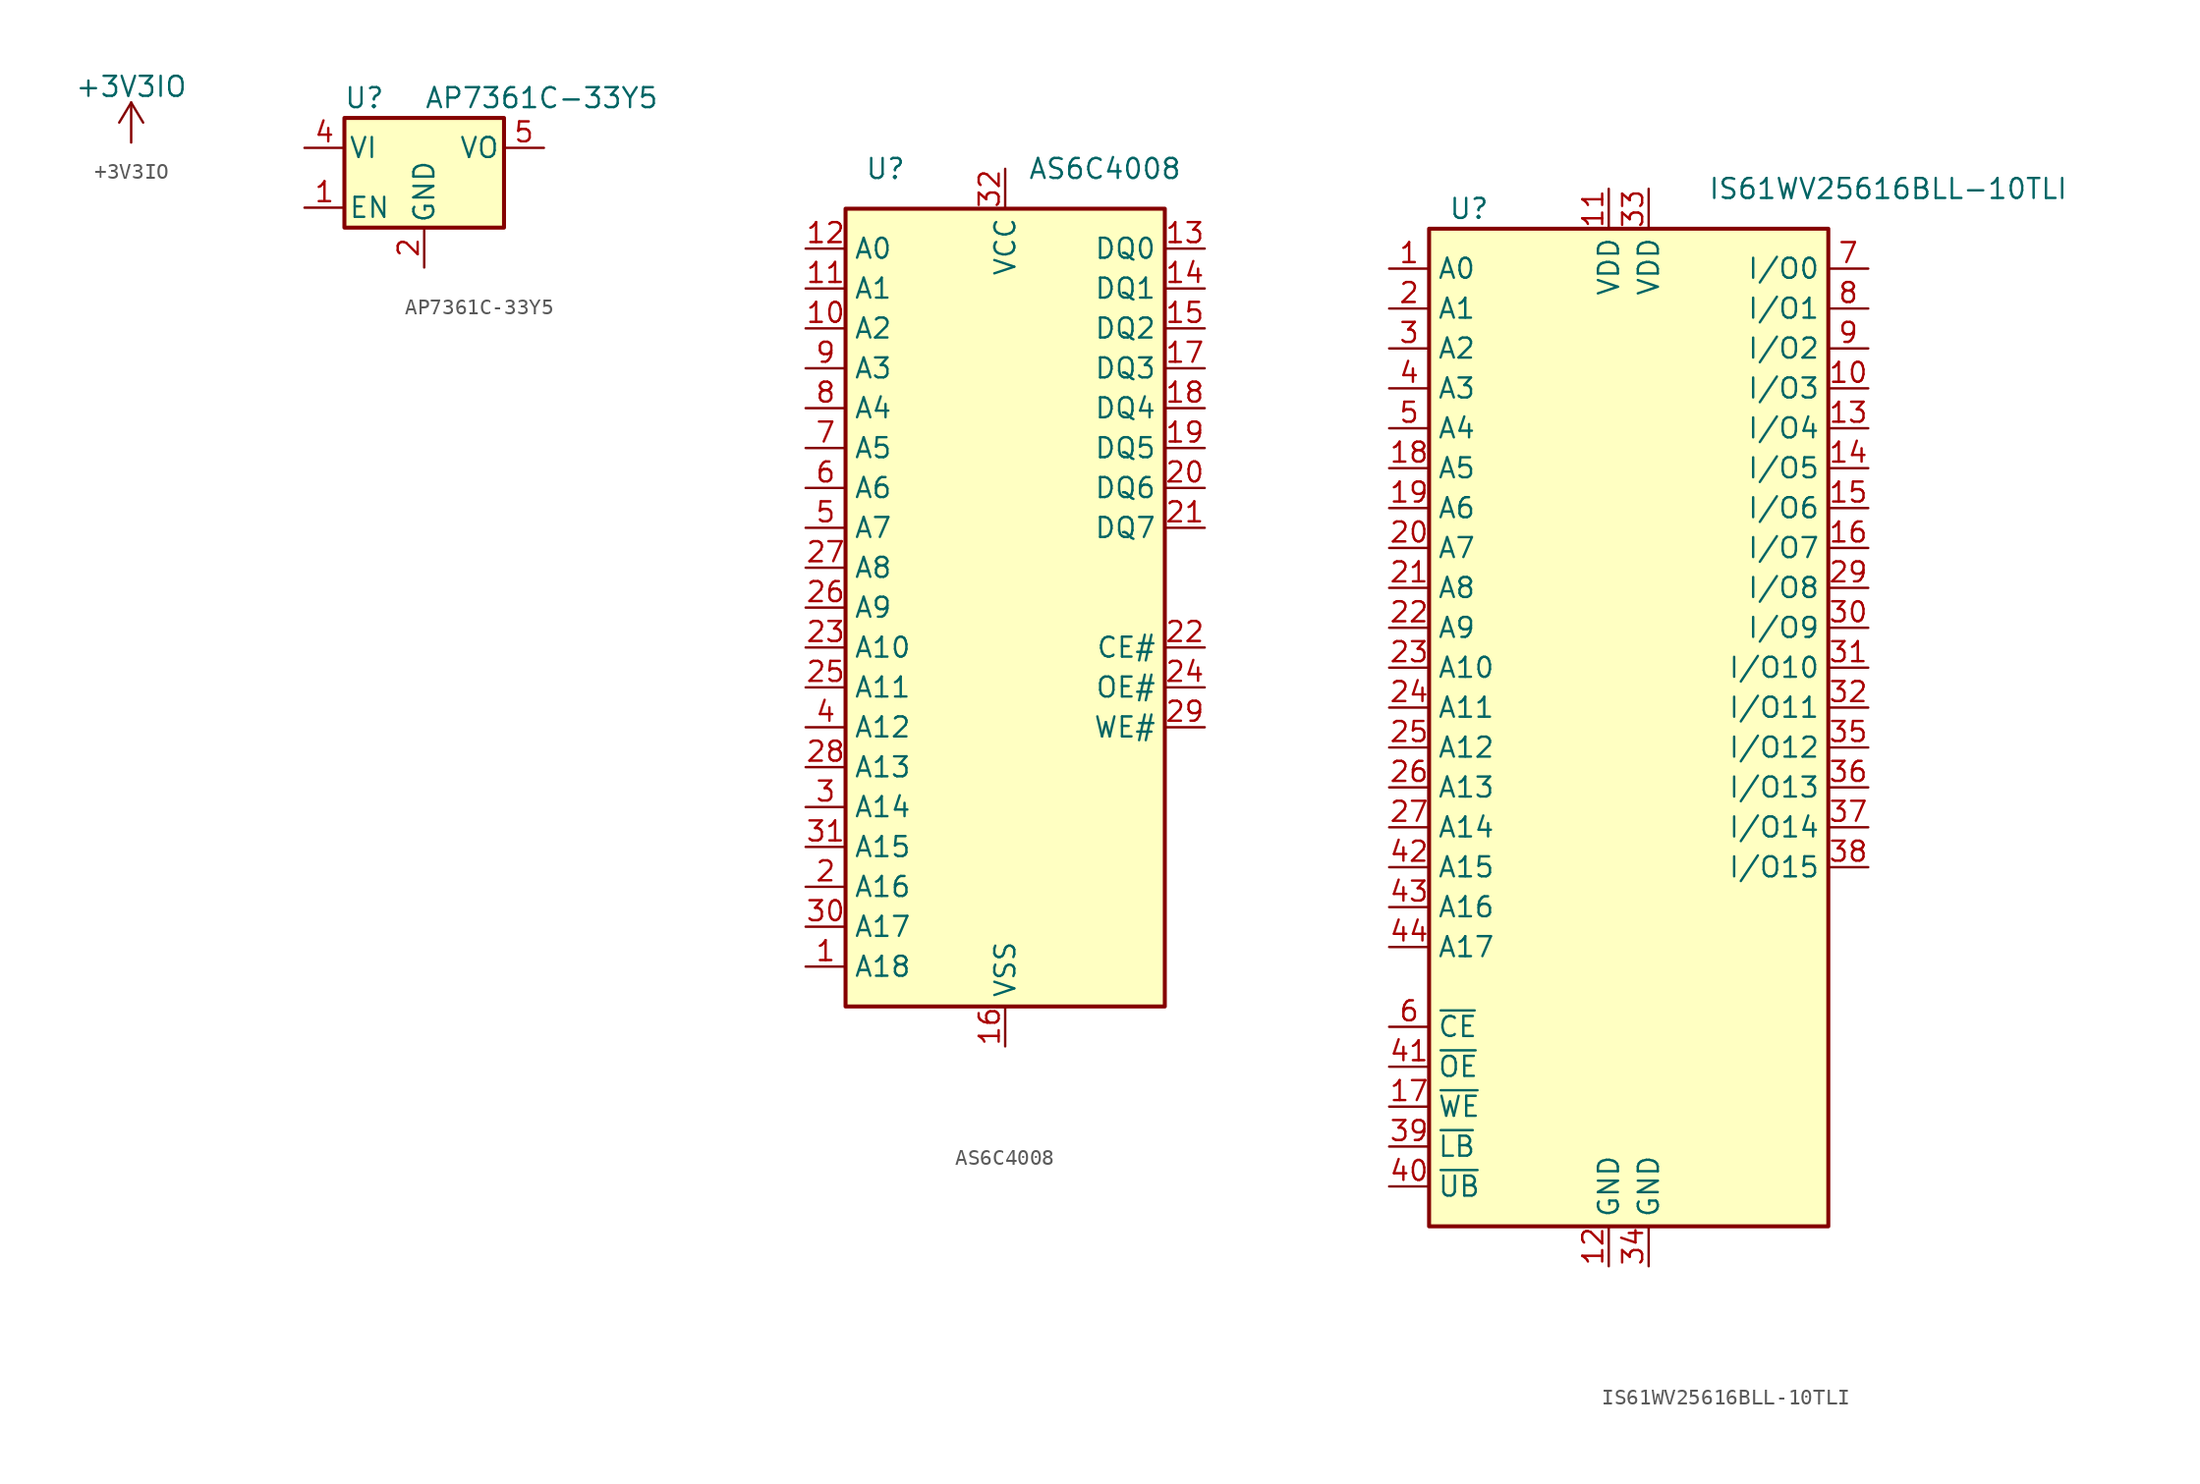
<source format=kicad_sym>
(kicad_symbol_lib
  (version 20220914)
  (generator kicad_symbol_editor)
  (symbol "+3V3IO"
    (power)
    (pin_names
      (offset 0))
    (property "Reference" "#PWR"
      (at 0 -3.81 0)
      (effects (font (size 1.27 1.27)) hide))
    (property "Value" "+3V3IO"
      (at 0 3.556 0)
      (effects (font (size 1.27 1.27))))
    (symbol "+3V3IO_0_1"
      (polyline (pts (xy -0.762 1.27) (xy 0 2.54)) (stroke (width 0) (type default)) (fill (type none)))
      (polyline (pts (xy 0 0) (xy 0 2.54)) (stroke (width 0) (type default)) (fill (type none)))
      (polyline (pts (xy 0 2.54) (xy 0.762 1.27)) (stroke (width 0) (type default)) (fill (type none))))
    (symbol "+3V3IO_1_1"
      (pin power_in line (at 0 0 90) (length 0) hide (name "+3V3IO" (effects (font (size 1.27 1.27)))) (number "1" (effects (font (size 1.27 1.27)))))))
  (symbol "AP7361C-33Y5"
    (pin_names
      (offset 0.254))
    (property "Reference" "U"
      (at -3.81 3.175 0)
      (effects (font (size 1.27 1.27))))
    (property "Value" "AP7361C-33Y5"
      (at 0 3.175 0)
      (effects (font (size 1.27 1.27)) (justify left)))
    (symbol "AP7361C-33Y5_0_1"
      (rectangle (start -5.08 -5.08) (end 5.08 1.905) (stroke (width 0.254) (type default)) (fill (type background))))
    (symbol "AP7361C-33Y5_1_1"
      (pin input line (at -7.62 -3.81 0) (length 2.54) (name "EN" (effects (font (size 1.27 1.27)))) (number "1" (effects (font (size 1.27 1.27)))))
      (pin power_in line (at 0 -7.62 90) (length 2.54) (name "GND" (effects (font (size 1.27 1.27)))) (number "2" (effects (font (size 1.27 1.27)))))
      (pin no_connect line (at 7.62 -3.81 180) (length 2.54) hide (name "NC" (effects (font (size 1.27 1.27)))) (number "3" (effects (font (size 1.27 1.27)))))
      (pin power_in line (at -7.62 0 0) (length 2.54) (name "VI" (effects (font (size 1.27 1.27)))) (number "4" (effects (font (size 1.27 1.27)))))
      (pin power_out line (at 7.62 0 180) (length 2.54) (name "VO" (effects (font (size 1.27 1.27)))) (number "5" (effects (font (size 1.27 1.27)))))))
  (symbol "AS6C4008"
    (property "Reference" "U"
      (at 0 0 0)
      (effects (font (size 1.27 1.27))))
    (property "Value" "AS6C4008"
      (at 13.97 0 0)
      (effects (font (size 1.27 1.27))))
    (symbol "AS6C4008_0_0"
      (pin power_in line (at 7.62 -55.88 90) (length 2.54) (name "VSS" (effects (font (size 1.27 1.27)))) (number "16" (effects (font (size 1.27 1.27)))))
      (pin power_in line (at 7.62 0 270) (length 2.54) (name "VCC" (effects (font (size 1.27 1.27)))) (number "32" (effects (font (size 1.27 1.27))))))
    (symbol "AS6C4008_0_1"
      (rectangle (start -2.54 -2.54) (end 17.78 -53.34) (stroke (width 0.254) (type default)) (fill (type background))))
    (symbol "AS6C4008_1_1"
      (pin input line (at -5.08 -50.8 0) (length 2.54) (name "A18" (effects (font (size 1.27 1.27)))) (number "1" (effects (font (size 1.27 1.27)))))
      (pin input line (at -5.08 -10.16 0) (length 2.54) (name "A2" (effects (font (size 1.27 1.27)))) (number "10" (effects (font (size 1.27 1.27)))))
      (pin input line (at -5.08 -7.62 0) (length 2.54) (name "A1" (effects (font (size 1.27 1.27)))) (number "11" (effects (font (size 1.27 1.27)))))
      (pin input line (at -5.08 -5.08 0) (length 2.54) (name "A0" (effects (font (size 1.27 1.27)))) (number "12" (effects (font (size 1.27 1.27)))))
      (pin tri_state line (at 20.32 -5.08 180) (length 2.54) (name "DQ0" (effects (font (size 1.27 1.27)))) (number "13" (effects (font (size 1.27 1.27)))))
      (pin tri_state line (at 20.32 -7.62 180) (length 2.54) (name "DQ1" (effects (font (size 1.27 1.27)))) (number "14" (effects (font (size 1.27 1.27)))))
      (pin tri_state line (at 20.32 -10.16 180) (length 2.54) (name "DQ2" (effects (font (size 1.27 1.27)))) (number "15" (effects (font (size 1.27 1.27)))))
      (pin tri_state line (at 20.32 -12.7 180) (length 2.54) (name "DQ3" (effects (font (size 1.27 1.27)))) (number "17" (effects (font (size 1.27 1.27)))))
      (pin tri_state line (at 20.32 -15.24 180) (length 2.54) (name "DQ4" (effects (font (size 1.27 1.27)))) (number "18" (effects (font (size 1.27 1.27)))))
      (pin tri_state line (at 20.32 -17.78 180) (length 2.54) (name "DQ5" (effects (font (size 1.27 1.27)))) (number "19" (effects (font (size 1.27 1.27)))))
      (pin input line (at -5.08 -45.72 0) (length 2.54) (name "A16" (effects (font (size 1.27 1.27)))) (number "2" (effects (font (size 1.27 1.27)))))
      (pin tri_state line (at 20.32 -20.32 180) (length 2.54) (name "DQ6" (effects (font (size 1.27 1.27)))) (number "20" (effects (font (size 1.27 1.27)))))
      (pin tri_state line (at 20.32 -22.86 180) (length 2.54) (name "DQ7" (effects (font (size 1.27 1.27)))) (number "21" (effects (font (size 1.27 1.27)))))
      (pin input line (at 20.32 -30.48 180) (length 2.54) (name "CE#" (effects (font (size 1.27 1.27)))) (number "22" (effects (font (size 1.27 1.27)))))
      (pin input line (at -5.08 -30.48 0) (length 2.54) (name "A10" (effects (font (size 1.27 1.27)))) (number "23" (effects (font (size 1.27 1.27)))))
      (pin input line (at 20.32 -33.02 180) (length 2.54) (name "OE#" (effects (font (size 1.27 1.27)))) (number "24" (effects (font (size 1.27 1.27)))))
      (pin input line (at -5.08 -33.02 0) (length 2.54) (name "A11" (effects (font (size 1.27 1.27)))) (number "25" (effects (font (size 1.27 1.27)))))
      (pin input line (at -5.08 -27.94 0) (length 2.54) (name "A9" (effects (font (size 1.27 1.27)))) (number "26" (effects (font (size 1.27 1.27)))))
      (pin input line (at -5.08 -25.4 0) (length 2.54) (name "A8" (effects (font (size 1.27 1.27)))) (number "27" (effects (font (size 1.27 1.27)))))
      (pin input line (at -5.08 -38.1 0) (length 2.54) (name "A13" (effects (font (size 1.27 1.27)))) (number "28" (effects (font (size 1.27 1.27)))))
      (pin input line (at 20.32 -35.56 180) (length 2.54) (name "WE#" (effects (font (size 1.27 1.27)))) (number "29" (effects (font (size 1.27 1.27)))))
      (pin input line (at -5.08 -40.64 0) (length 2.54) (name "A14" (effects (font (size 1.27 1.27)))) (number "3" (effects (font (size 1.27 1.27)))))
      (pin input line (at -5.08 -48.26 0) (length 2.54) (name "A17" (effects (font (size 1.27 1.27)))) (number "30" (effects (font (size 1.27 1.27)))))
      (pin input line (at -5.08 -43.18 0) (length 2.54) (name "A15" (effects (font (size 1.27 1.27)))) (number "31" (effects (font (size 1.27 1.27)))))
      (pin input line (at -5.08 -35.56 0) (length 2.54) (name "A12" (effects (font (size 1.27 1.27)))) (number "4" (effects (font (size 1.27 1.27)))))
      (pin input line (at -5.08 -22.86 0) (length 2.54) (name "A7" (effects (font (size 1.27 1.27)))) (number "5" (effects (font (size 1.27 1.27)))))
      (pin input line (at -5.08 -20.32 0) (length 2.54) (name "A6" (effects (font (size 1.27 1.27)))) (number "6" (effects (font (size 1.27 1.27)))))
      (pin input line (at -5.08 -17.78 0) (length 2.54) (name "A5" (effects (font (size 1.27 1.27)))) (number "7" (effects (font (size 1.27 1.27)))))
      (pin input line (at -5.08 -15.24 0) (length 2.54) (name "A4" (effects (font (size 1.27 1.27)))) (number "8" (effects (font (size 1.27 1.27)))))
      (pin input line (at -5.08 -12.7 0) (length 2.54) (name "A3" (effects (font (size 1.27 1.27)))) (number "9" (effects (font (size 1.27 1.27)))))))
  (symbol "IS61WV25616BLL-10TLI"
    (property "Reference" "U"
      (at -10.16 31.75 0)
      (effects (font (size 1.27 1.27))))
    (property "Value" "IS61WV25616BLL-10TLI"
      (at 16.51 33.02 0)
      (effects (font (size 1.27 1.27))))
    (symbol "IS61WV25616BLL-10TLI_0_1"
      (rectangle (start -12.7 30.48) (end 12.7 -33.02) (stroke (width 0.254) (type default)) (fill (type background))))
    (symbol "IS61WV25616BLL-10TLI_1_1"
      (pin input line (at -15.24 27.94 0) (length 2.54) (name "A0" (effects (font (size 1.27 1.27)))) (number "1" (effects (font (size 1.27 1.27)))))
      (pin bidirectional line (at 15.24 20.32 180) (length 2.54) (name "I/O3" (effects (font (size 1.27 1.27)))) (number "10" (effects (font (size 1.27 1.27)))))
      (pin power_in line (at -1.27 33.02 270) (length 2.54) (name "VDD" (effects (font (size 1.27 1.27)))) (number "11" (effects (font (size 1.27 1.27)))))
      (pin power_in line (at -1.27 -35.56 90) (length 2.54) (name "GND" (effects (font (size 1.27 1.27)))) (number "12" (effects (font (size 1.27 1.27)))))
      (pin bidirectional line (at 15.24 17.78 180) (length 2.54) (name "I/O4" (effects (font (size 1.27 1.27)))) (number "13" (effects (font (size 1.27 1.27)))))
      (pin bidirectional line (at 15.24 15.24 180) (length 2.54) (name "I/O5" (effects (font (size 1.27 1.27)))) (number "14" (effects (font (size 1.27 1.27)))))
      (pin bidirectional line (at 15.24 12.7 180) (length 2.54) (name "I/O6" (effects (font (size 1.27 1.27)))) (number "15" (effects (font (size 1.27 1.27)))))
      (pin bidirectional line (at 15.24 10.16 180) (length 2.54) (name "I/O7" (effects (font (size 1.27 1.27)))) (number "16" (effects (font (size 1.27 1.27)))))
      (pin input line (at -15.24 -25.4 0) (length 2.54) (name "~{WE}" (effects (font (size 1.27 1.27)))) (number "17" (effects (font (size 1.27 1.27)))))
      (pin input line (at -15.24 15.24 0) (length 2.54) (name "A5" (effects (font (size 1.27 1.27)))) (number "18" (effects (font (size 1.27 1.27)))))
      (pin input line (at -15.24 12.7 0) (length 2.54) (name "A6" (effects (font (size 1.27 1.27)))) (number "19" (effects (font (size 1.27 1.27)))))
      (pin input line (at -15.24 25.4 0) (length 2.54) (name "A1" (effects (font (size 1.27 1.27)))) (number "2" (effects (font (size 1.27 1.27)))))
      (pin input line (at -15.24 10.16 0) (length 2.54) (name "A7" (effects (font (size 1.27 1.27)))) (number "20" (effects (font (size 1.27 1.27)))))
      (pin input line (at -15.24 7.62 0) (length 2.54) (name "A8" (effects (font (size 1.27 1.27)))) (number "21" (effects (font (size 1.27 1.27)))))
      (pin input line (at -15.24 5.08 0) (length 2.54) (name "A9" (effects (font (size 1.27 1.27)))) (number "22" (effects (font (size 1.27 1.27)))))
      (pin input line (at -15.24 2.54 0) (length 2.54) (name "A10" (effects (font (size 1.27 1.27)))) (number "23" (effects (font (size 1.27 1.27)))))
      (pin input line (at -15.24 0 0) (length 2.54) (name "A11" (effects (font (size 1.27 1.27)))) (number "24" (effects (font (size 1.27 1.27)))))
      (pin input line (at -15.24 -2.54 0) (length 2.54) (name "A12" (effects (font (size 1.27 1.27)))) (number "25" (effects (font (size 1.27 1.27)))))
      (pin input line (at -15.24 -5.08 0) (length 2.54) (name "A13" (effects (font (size 1.27 1.27)))) (number "26" (effects (font (size 1.27 1.27)))))
      (pin input line (at -15.24 -7.62 0) (length 2.54) (name "A14" (effects (font (size 1.27 1.27)))) (number "27" (effects (font (size 1.27 1.27)))))
      (pin no_connect line (at 12.7 -20.32 180) (length 2.54) hide (name "NC" (effects (font (size 1.27 1.27)))) (number "28" (effects (font (size 1.27 1.27)))))
      (pin bidirectional line (at 15.24 7.62 180) (length 2.54) (name "I/O8" (effects (font (size 1.27 1.27)))) (number "29" (effects (font (size 1.27 1.27)))))
      (pin input line (at -15.24 22.86 0) (length 2.54) (name "A2" (effects (font (size 1.27 1.27)))) (number "3" (effects (font (size 1.27 1.27)))))
      (pin bidirectional line (at 15.24 5.08 180) (length 2.54) (name "I/O9" (effects (font (size 1.27 1.27)))) (number "30" (effects (font (size 1.27 1.27)))))
      (pin bidirectional line (at 15.24 2.54 180) (length 2.54) (name "I/O10" (effects (font (size 1.27 1.27)))) (number "31" (effects (font (size 1.27 1.27)))))
      (pin bidirectional line (at 15.24 0 180) (length 2.54) (name "I/O11" (effects (font (size 1.27 1.27)))) (number "32" (effects (font (size 1.27 1.27)))))
      (pin power_in line (at 1.27 33.02 270) (length 2.54) (name "VDD" (effects (font (size 1.27 1.27)))) (number "33" (effects (font (size 1.27 1.27)))))
      (pin power_in line (at 1.27 -35.56 90) (length 2.54) (name "GND" (effects (font (size 1.27 1.27)))) (number "34" (effects (font (size 1.27 1.27)))))
      (pin bidirectional line (at 15.24 -2.54 180) (length 2.54) (name "I/O12" (effects (font (size 1.27 1.27)))) (number "35" (effects (font (size 1.27 1.27)))))
      (pin bidirectional line (at 15.24 -5.08 180) (length 2.54) (name "I/O13" (effects (font (size 1.27 1.27)))) (number "36" (effects (font (size 1.27 1.27)))))
      (pin bidirectional line (at 15.24 -7.62 180) (length 2.54) (name "I/O14" (effects (font (size 1.27 1.27)))) (number "37" (effects (font (size 1.27 1.27)))))
      (pin bidirectional line (at 15.24 -10.16 180) (length 2.54) (name "I/O15" (effects (font (size 1.27 1.27)))) (number "38" (effects (font (size 1.27 1.27)))))
      (pin input line (at -15.24 -27.94 0) (length 2.54) (name "~{LB}" (effects (font (size 1.27 1.27)))) (number "39" (effects (font (size 1.27 1.27)))))
      (pin input line (at -15.24 20.32 0) (length 2.54) (name "A3" (effects (font (size 1.27 1.27)))) (number "4" (effects (font (size 1.27 1.27)))))
      (pin input line (at -15.24 -30.48 0) (length 2.54) (name "~{UB}" (effects (font (size 1.27 1.27)))) (number "40" (effects (font (size 1.27 1.27)))))
      (pin input line (at -15.24 -22.86 0) (length 2.54) (name "~{OE}" (effects (font (size 1.27 1.27)))) (number "41" (effects (font (size 1.27 1.27)))))
      (pin input line (at -15.24 -10.16 0) (length 2.54) (name "A15" (effects (font (size 1.27 1.27)))) (number "42" (effects (font (size 1.27 1.27)))))
      (pin input line (at -15.24 -12.7 0) (length 2.54) (name "A16" (effects (font (size 1.27 1.27)))) (number "43" (effects (font (size 1.27 1.27)))))
      (pin input line (at -15.24 -15.24 0) (length 2.54) (name "A17" (effects (font (size 1.27 1.27)))) (number "44" (effects (font (size 1.27 1.27)))))
      (pin input line (at -15.24 17.78 0) (length 2.54) (name "A4" (effects (font (size 1.27 1.27)))) (number "5" (effects (font (size 1.27 1.27)))))
      (pin input line (at -15.24 -20.32 0) (length 2.54) (name "~{CE}" (effects (font (size 1.27 1.27)))) (number "6" (effects (font (size 1.27 1.27)))))
      (pin bidirectional line (at 15.24 27.94 180) (length 2.54) (name "I/O0" (effects (font (size 1.27 1.27)))) (number "7" (effects (font (size 1.27 1.27)))))
      (pin bidirectional line (at 15.24 25.4 180) (length 2.54) (name "I/O1" (effects (font (size 1.27 1.27)))) (number "8" (effects (font (size 1.27 1.27)))))
      (pin bidirectional line (at 15.24 22.86 180) (length 2.54) (name "I/O2" (effects (font (size 1.27 1.27)))) (number "9" (effects (font (size 1.27 1.27))))))))
</source>
